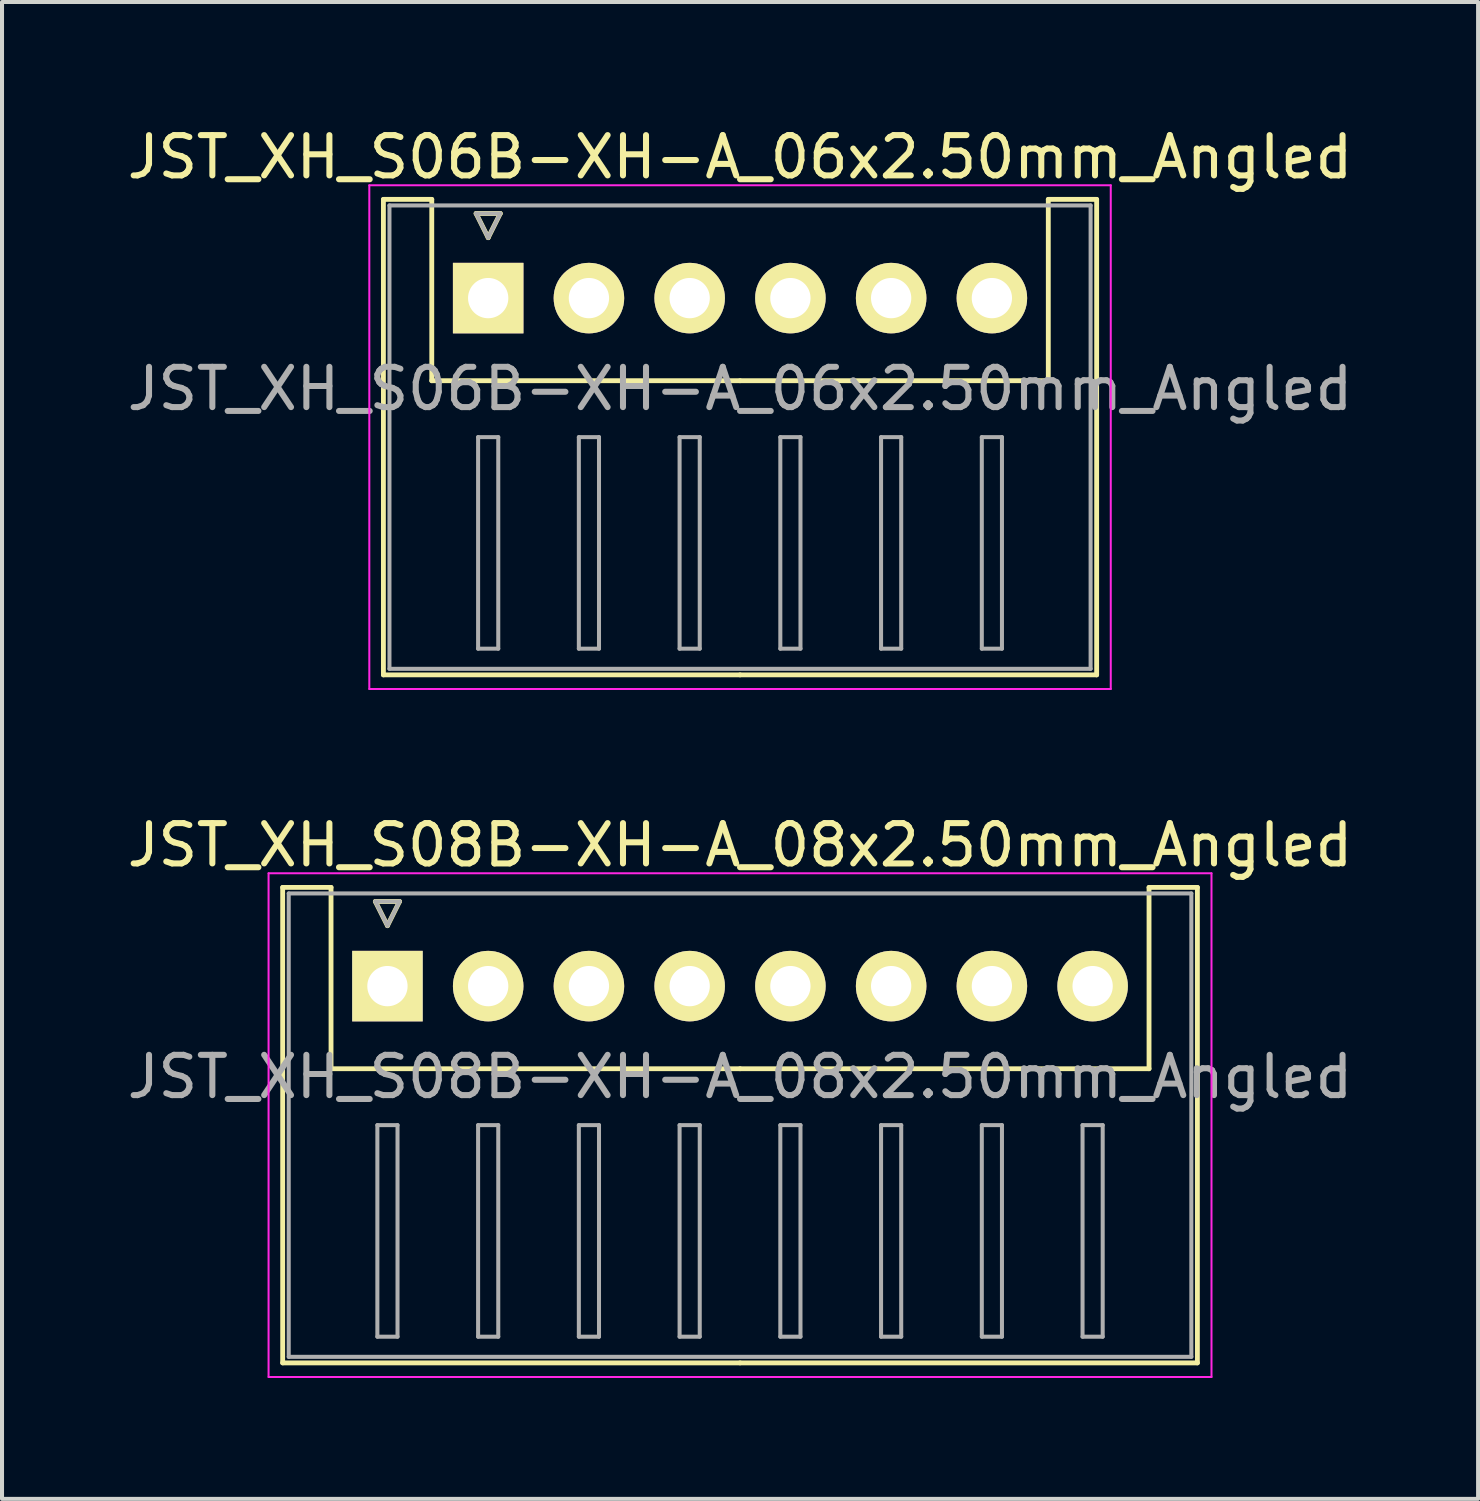
<source format=kicad_pcb>
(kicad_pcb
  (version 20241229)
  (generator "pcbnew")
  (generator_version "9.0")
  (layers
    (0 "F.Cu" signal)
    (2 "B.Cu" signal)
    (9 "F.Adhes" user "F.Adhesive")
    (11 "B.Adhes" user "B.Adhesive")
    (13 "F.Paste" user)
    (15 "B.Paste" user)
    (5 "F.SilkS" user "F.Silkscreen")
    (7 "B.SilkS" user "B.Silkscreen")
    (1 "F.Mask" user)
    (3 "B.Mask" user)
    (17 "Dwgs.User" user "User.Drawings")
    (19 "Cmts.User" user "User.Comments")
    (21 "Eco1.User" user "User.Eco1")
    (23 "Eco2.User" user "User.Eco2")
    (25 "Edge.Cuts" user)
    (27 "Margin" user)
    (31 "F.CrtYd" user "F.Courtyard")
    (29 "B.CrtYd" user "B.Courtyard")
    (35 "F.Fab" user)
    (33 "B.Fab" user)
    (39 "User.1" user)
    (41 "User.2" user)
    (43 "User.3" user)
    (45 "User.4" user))
  (footprint "JST_XH_S08B-XH-A_08x2.50mm_Angled"
    (layer "F.Cu")
    (at 6.565 21.422)
    (property "Reference" "JST_XH_S08B-XH-A_08x2.50mm_Angled" (at 8.75 -3.5 0) (layer "F.SilkS") (effects (font (size 1 1) (thickness 0.15))))
    (attr through_hole)
    (fp_line (start -2.6 -2.45) (end -1.4 -2.45) (stroke (width 0.12) (type solid)) (layer "F.SilkS"))
    (fp_line (start -2.6 9.35) (end -2.6 -2.45) (stroke (width 0.12) (type solid)) (layer "F.SilkS"))
    (fp_line (start -1.4 -2.45) (end -1.4 2.05) (stroke (width 0.12) (type solid)) (layer "F.SilkS"))
    (fp_line (start -1.4 2.05) (end 8.75 2.05) (stroke (width 0.12) (type solid)) (layer "F.SilkS"))
    (fp_line (start -0.3 -2.1) (end 0.3 -2.1) (stroke (width 0.12) (type solid)) (layer "F.SilkS"))
    (fp_line (start 0 -1.5) (end -0.3 -2.1) (stroke (width 0.12) (type solid)) (layer "F.SilkS"))
    (fp_line (start 0.3 -2.1) (end 0 -1.5) (stroke (width 0.12) (type solid)) (layer "F.SilkS"))
    (fp_line (start 8.75 9.35) (end -2.6 9.35) (stroke (width 0.12) (type solid)) (layer "F.SilkS"))
    (fp_line (start 8.75 9.35) (end 20.1 9.35) (stroke (width 0.12) (type solid)) (layer "F.SilkS"))
    (fp_line (start 18.9 -2.45) (end 18.9 2.05) (stroke (width 0.12) (type solid)) (layer "F.SilkS"))
    (fp_line (start 18.9 2.05) (end 8.75 2.05) (stroke (width 0.12) (type solid)) (layer "F.SilkS"))
    (fp_line (start 20.1 -2.45) (end 18.9 -2.45) (stroke (width 0.12) (type solid)) (layer "F.SilkS"))
    (fp_line (start 20.1 9.35) (end 20.1 -2.45) (stroke (width 0.12) (type solid)) (layer "F.SilkS"))
    (fp_line (start -2.95 -2.8) (end -2.95 9.7) (stroke (width 0.05) (type solid)) (layer "F.CrtYd"))
    (fp_line (start -2.95 9.7) (end 20.45 9.7) (stroke (width 0.05) (type solid)) (layer "F.CrtYd"))
    (fp_line (start 20.45 -2.8) (end -2.95 -2.8) (stroke (width 0.05) (type solid)) (layer "F.CrtYd"))
    (fp_line (start 20.45 9.7) (end 20.45 -2.8) (stroke (width 0.05) (type solid)) (layer "F.CrtYd"))
    (fp_line (start -2.45 -2.3) (end -2.45 9.2) (stroke (width 0.1) (type solid)) (layer "F.Fab"))
    (fp_line (start -2.45 9.2) (end 19.95 9.2) (stroke (width 0.1) (type solid)) (layer "F.Fab"))
    (fp_line (start -0.3 -2.1) (end 0.3 -2.1) (stroke (width 0.1) (type solid)) (layer "F.Fab"))
    (fp_line (start -0.25 3.45) (end -0.25 8.7) (stroke (width 0.1) (type solid)) (layer "F.Fab"))
    (fp_line (start -0.25 8.7) (end 0.25 8.7) (stroke (width 0.1) (type solid)) (layer "F.Fab"))
    (fp_line (start 0 -1.5) (end -0.3 -2.1) (stroke (width 0.1) (type solid)) (layer "F.Fab"))
    (fp_line (start 0.25 3.45) (end -0.25 3.45) (stroke (width 0.1) (type solid)) (layer "F.Fab"))
    (fp_line (start 0.25 8.7) (end 0.25 3.45) (stroke (width 0.1) (type solid)) (layer "F.Fab"))
    (fp_line (start 0.3 -2.1) (end 0 -1.5) (stroke (width 0.1) (type solid)) (layer "F.Fab"))
    (fp_line (start 2.25 3.45) (end 2.25 8.7) (stroke (width 0.1) (type solid)) (layer "F.Fab"))
    (fp_line (start 2.25 8.7) (end 2.75 8.7) (stroke (width 0.1) (type solid)) (layer "F.Fab"))
    (fp_line (start 2.75 3.45) (end 2.25 3.45) (stroke (width 0.1) (type solid)) (layer "F.Fab"))
    (fp_line (start 2.75 8.7) (end 2.75 3.45) (stroke (width 0.1) (type solid)) (layer "F.Fab"))
    (fp_line (start 4.75 3.45) (end 4.75 8.7) (stroke (width 0.1) (type solid)) (layer "F.Fab"))
    (fp_line (start 4.75 8.7) (end 5.25 8.7) (stroke (width 0.1) (type solid)) (layer "F.Fab"))
    (fp_line (start 5.25 3.45) (end 4.75 3.45) (stroke (width 0.1) (type solid)) (layer "F.Fab"))
    (fp_line (start 5.25 8.7) (end 5.25 3.45) (stroke (width 0.1) (type solid)) (layer "F.Fab"))
    (fp_line (start 7.25 3.45) (end 7.25 8.7) (stroke (width 0.1) (type solid)) (layer "F.Fab"))
    (fp_line (start 7.25 8.7) (end 7.75 8.7) (stroke (width 0.1) (type solid)) (layer "F.Fab"))
    (fp_line (start 7.75 3.45) (end 7.25 3.45) (stroke (width 0.1) (type solid)) (layer "F.Fab"))
    (fp_line (start 7.75 8.7) (end 7.75 3.45) (stroke (width 0.1) (type solid)) (layer "F.Fab"))
    (fp_line (start 9.75 3.45) (end 9.75 8.7) (stroke (width 0.1) (type solid)) (layer "F.Fab"))
    (fp_line (start 9.75 8.7) (end 10.25 8.7) (stroke (width 0.1) (type solid)) (layer "F.Fab"))
    (fp_line (start 10.25 3.45) (end 9.75 3.45) (stroke (width 0.1) (type solid)) (layer "F.Fab"))
    (fp_line (start 10.25 8.7) (end 10.25 3.45) (stroke (width 0.1) (type solid)) (layer "F.Fab"))
    (fp_line (start 12.25 3.45) (end 12.25 8.7) (stroke (width 0.1) (type solid)) (layer "F.Fab"))
    (fp_line (start 12.25 8.7) (end 12.75 8.7) (stroke (width 0.1) (type solid)) (layer "F.Fab"))
    (fp_line (start 12.75 3.45) (end 12.25 3.45) (stroke (width 0.1) (type solid)) (layer "F.Fab"))
    (fp_line (start 12.75 8.7) (end 12.75 3.45) (stroke (width 0.1) (type solid)) (layer "F.Fab"))
    (fp_line (start 14.75 3.45) (end 14.75 8.7) (stroke (width 0.1) (type solid)) (layer "F.Fab"))
    (fp_line (start 14.75 8.7) (end 15.25 8.7) (stroke (width 0.1) (type solid)) (layer "F.Fab"))
    (fp_line (start 15.25 3.45) (end 14.75 3.45) (stroke (width 0.1) (type solid)) (layer "F.Fab"))
    (fp_line (start 15.25 8.7) (end 15.25 3.45) (stroke (width 0.1) (type solid)) (layer "F.Fab"))
    (fp_line (start 17.25 3.45) (end 17.25 8.7) (stroke (width 0.1) (type solid)) (layer "F.Fab"))
    (fp_line (start 17.25 8.7) (end 17.75 8.7) (stroke (width 0.1) (type solid)) (layer "F.Fab"))
    (fp_line (start 17.75 3.45) (end 17.25 3.45) (stroke (width 0.1) (type solid)) (layer "F.Fab"))
    (fp_line (start 17.75 8.7) (end 17.75 3.45) (stroke (width 0.1) (type solid)) (layer "F.Fab"))
    (fp_line (start 19.95 -2.3) (end -2.45 -2.3) (stroke (width 0.1) (type solid)) (layer "F.Fab"))
    (fp_line (start 19.95 9.2) (end 19.95 -2.3) (stroke (width 0.1) (type solid)) (layer "F.Fab"))
    (fp_text user "${REFERENCE}" (at 8.75 2.25 0) (layer "F.Fab") (effects (font (size 1 1) (thickness 0.15))))
    (pad "1" thru_hole rect (at 0 0) (size 1.75 1.75) (drill 1) (layers "*.Cu" "*.Mask" "F.SilkS"))
    (pad "2" thru_hole circle (at 2.5 0) (size 1.75 1.75) (drill 1) (layers "*.Cu" "*.Mask" "F.SilkS"))
    (pad "3" thru_hole circle (at 5 0) (size 1.75 1.75) (drill 1) (layers "*.Cu" "*.Mask" "F.SilkS"))
    (pad "4" thru_hole circle (at 7.5 0) (size 1.75 1.75) (drill 1) (layers "*.Cu" "*.Mask" "F.SilkS"))
    (pad "5" thru_hole circle (at 10 0) (size 1.75 1.75) (drill 1) (layers "*.Cu" "*.Mask" "F.SilkS"))
    (pad "6" thru_hole circle (at 12.5 0) (size 1.75 1.75) (drill 1) (layers "*.Cu" "*.Mask" "F.SilkS"))
    (pad "7" thru_hole circle (at 15 0) (size 1.75 1.75) (drill 1) (layers "*.Cu" "*.Mask" "F.SilkS"))
    (pad "8" thru_hole circle (at 17.5 0) (size 1.75 1.75) (drill 1) (layers "*.Cu" "*.Mask" "F.SilkS")))
  (footprint "JST_XH_S06B-XH-A_06x2.50mm_Angled"
    (layer "F.Cu")
    (at 9.065 4.348)
    (property "Reference" "JST_XH_S06B-XH-A_06x2.50mm_Angled" (at 6.25 -3.5 0) (layer "F.SilkS") (effects (font (size 1 1) (thickness 0.15))))
    (attr through_hole)
    (fp_line (start -2.6 -2.45) (end -1.4 -2.45) (stroke (width 0.12) (type solid)) (layer "F.SilkS"))
    (fp_line (start -2.6 9.35) (end -2.6 -2.45) (stroke (width 0.12) (type solid)) (layer "F.SilkS"))
    (fp_line (start -1.4 -2.45) (end -1.4 2.05) (stroke (width 0.12) (type solid)) (layer "F.SilkS"))
    (fp_line (start -1.4 2.05) (end 6.25 2.05) (stroke (width 0.12) (type solid)) (layer "F.SilkS"))
    (fp_line (start -0.3 -2.1) (end 0.3 -2.1) (stroke (width 0.12) (type solid)) (layer "F.SilkS"))
    (fp_line (start 0 -1.5) (end -0.3 -2.1) (stroke (width 0.12) (type solid)) (layer "F.SilkS"))
    (fp_line (start 0.3 -2.1) (end 0 -1.5) (stroke (width 0.12) (type solid)) (layer "F.SilkS"))
    (fp_line (start 6.25 9.35) (end -2.6 9.35) (stroke (width 0.12) (type solid)) (layer "F.SilkS"))
    (fp_line (start 6.25 9.35) (end 15.1 9.35) (stroke (width 0.12) (type solid)) (layer "F.SilkS"))
    (fp_line (start 13.9 -2.45) (end 13.9 2.05) (stroke (width 0.12) (type solid)) (layer "F.SilkS"))
    (fp_line (start 13.9 2.05) (end 6.25 2.05) (stroke (width 0.12) (type solid)) (layer "F.SilkS"))
    (fp_line (start 15.1 -2.45) (end 13.9 -2.45) (stroke (width 0.12) (type solid)) (layer "F.SilkS"))
    (fp_line (start 15.1 9.35) (end 15.1 -2.45) (stroke (width 0.12) (type solid)) (layer "F.SilkS"))
    (fp_line (start -2.95 -2.8) (end -2.95 9.7) (stroke (width 0.05) (type solid)) (layer "F.CrtYd"))
    (fp_line (start -2.95 9.7) (end 15.45 9.7) (stroke (width 0.05) (type solid)) (layer "F.CrtYd"))
    (fp_line (start 15.45 -2.8) (end -2.95 -2.8) (stroke (width 0.05) (type solid)) (layer "F.CrtYd"))
    (fp_line (start 15.45 9.7) (end 15.45 -2.8) (stroke (width 0.05) (type solid)) (layer "F.CrtYd"))
    (fp_line (start -2.45 -2.3) (end -2.45 9.2) (stroke (width 0.1) (type solid)) (layer "F.Fab"))
    (fp_line (start -2.45 9.2) (end 14.95 9.2) (stroke (width 0.1) (type solid)) (layer "F.Fab"))
    (fp_line (start -0.3 -2.1) (end 0.3 -2.1) (stroke (width 0.1) (type solid)) (layer "F.Fab"))
    (fp_line (start -0.25 3.45) (end -0.25 8.7) (stroke (width 0.1) (type solid)) (layer "F.Fab"))
    (fp_line (start -0.25 8.7) (end 0.25 8.7) (stroke (width 0.1) (type solid)) (layer "F.Fab"))
    (fp_line (start 0 -1.5) (end -0.3 -2.1) (stroke (width 0.1) (type solid)) (layer "F.Fab"))
    (fp_line (start 0.25 3.45) (end -0.25 3.45) (stroke (width 0.1) (type solid)) (layer "F.Fab"))
    (fp_line (start 0.25 8.7) (end 0.25 3.45) (stroke (width 0.1) (type solid)) (layer "F.Fab"))
    (fp_line (start 0.3 -2.1) (end 0 -1.5) (stroke (width 0.1) (type solid)) (layer "F.Fab"))
    (fp_line (start 2.25 3.45) (end 2.25 8.7) (stroke (width 0.1) (type solid)) (layer "F.Fab"))
    (fp_line (start 2.25 8.7) (end 2.75 8.7) (stroke (width 0.1) (type solid)) (layer "F.Fab"))
    (fp_line (start 2.75 3.45) (end 2.25 3.45) (stroke (width 0.1) (type solid)) (layer "F.Fab"))
    (fp_line (start 2.75 8.7) (end 2.75 3.45) (stroke (width 0.1) (type solid)) (layer "F.Fab"))
    (fp_line (start 4.75 3.45) (end 4.75 8.7) (stroke (width 0.1) (type solid)) (layer "F.Fab"))
    (fp_line (start 4.75 8.7) (end 5.25 8.7) (stroke (width 0.1) (type solid)) (layer "F.Fab"))
    (fp_line (start 5.25 3.45) (end 4.75 3.45) (stroke (width 0.1) (type solid)) (layer "F.Fab"))
    (fp_line (start 5.25 8.7) (end 5.25 3.45) (stroke (width 0.1) (type solid)) (layer "F.Fab"))
    (fp_line (start 7.25 3.45) (end 7.25 8.7) (stroke (width 0.1) (type solid)) (layer "F.Fab"))
    (fp_line (start 7.25 8.7) (end 7.75 8.7) (stroke (width 0.1) (type solid)) (layer "F.Fab"))
    (fp_line (start 7.75 3.45) (end 7.25 3.45) (stroke (width 0.1) (type solid)) (layer "F.Fab"))
    (fp_line (start 7.75 8.7) (end 7.75 3.45) (stroke (width 0.1) (type solid)) (layer "F.Fab"))
    (fp_line (start 9.75 3.45) (end 9.75 8.7) (stroke (width 0.1) (type solid)) (layer "F.Fab"))
    (fp_line (start 9.75 8.7) (end 10.25 8.7) (stroke (width 0.1) (type solid)) (layer "F.Fab"))
    (fp_line (start 10.25 3.45) (end 9.75 3.45) (stroke (width 0.1) (type solid)) (layer "F.Fab"))
    (fp_line (start 10.25 8.7) (end 10.25 3.45) (stroke (width 0.1) (type solid)) (layer "F.Fab"))
    (fp_line (start 12.25 3.45) (end 12.25 8.7) (stroke (width 0.1) (type solid)) (layer "F.Fab"))
    (fp_line (start 12.25 8.7) (end 12.75 8.7) (stroke (width 0.1) (type solid)) (layer "F.Fab"))
    (fp_line (start 12.75 3.45) (end 12.25 3.45) (stroke (width 0.1) (type solid)) (layer "F.Fab"))
    (fp_line (start 12.75 8.7) (end 12.75 3.45) (stroke (width 0.1) (type solid)) (layer "F.Fab"))
    (fp_line (start 14.95 -2.3) (end -2.45 -2.3) (stroke (width 0.1) (type solid)) (layer "F.Fab"))
    (fp_line (start 14.95 9.2) (end 14.95 -2.3) (stroke (width 0.1) (type solid)) (layer "F.Fab"))
    (fp_text user "${REFERENCE}" (at 6.25 2.25 0) (layer "F.Fab") (effects (font (size 1 1) (thickness 0.15))))
    (pad "1" thru_hole rect (at 0 0) (size 1.75 1.75) (drill 1) (layers "*.Cu" "*.Mask" "F.SilkS"))
    (pad "2" thru_hole circle (at 2.5 0) (size 1.75 1.75) (drill 1) (layers "*.Cu" "*.Mask" "F.SilkS"))
    (pad "3" thru_hole circle (at 5 0) (size 1.75 1.75) (drill 1) (layers "*.Cu" "*.Mask" "F.SilkS"))
    (pad "4" thru_hole circle (at 7.5 0) (size 1.75 1.75) (drill 1) (layers "*.Cu" "*.Mask" "F.SilkS"))
    (pad "5" thru_hole circle (at 10 0) (size 1.75 1.75) (drill 1) (layers "*.Cu" "*.Mask" "F.SilkS"))
    (pad "6" thru_hole circle (at 12.5 0) (size 1.75 1.75) (drill 1) (layers "*.Cu" "*.Mask" "F.SilkS")))
  (gr_rect
    (start -3 -3)
    (end 33.631 34.147)
    (stroke (width 0.1) (type default))
    (fill no)
    (layer "Edge.Cuts")))
</source>
